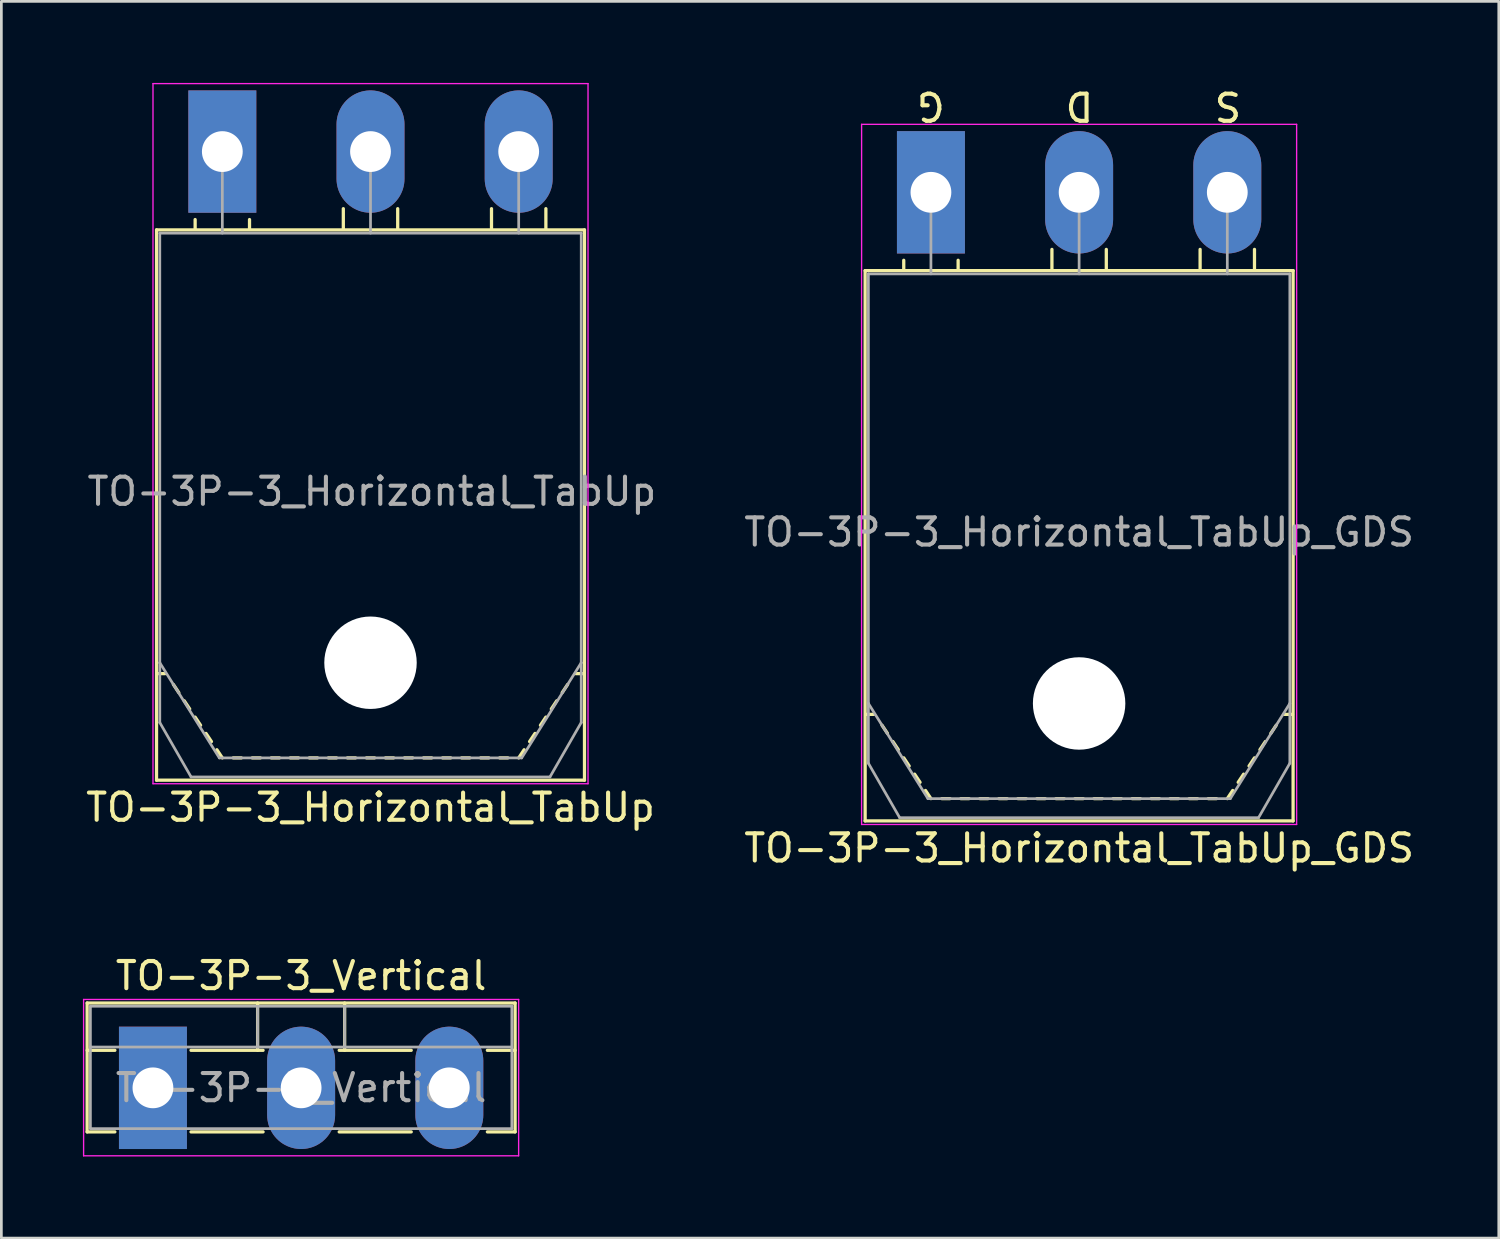
<source format=kicad_pcb>
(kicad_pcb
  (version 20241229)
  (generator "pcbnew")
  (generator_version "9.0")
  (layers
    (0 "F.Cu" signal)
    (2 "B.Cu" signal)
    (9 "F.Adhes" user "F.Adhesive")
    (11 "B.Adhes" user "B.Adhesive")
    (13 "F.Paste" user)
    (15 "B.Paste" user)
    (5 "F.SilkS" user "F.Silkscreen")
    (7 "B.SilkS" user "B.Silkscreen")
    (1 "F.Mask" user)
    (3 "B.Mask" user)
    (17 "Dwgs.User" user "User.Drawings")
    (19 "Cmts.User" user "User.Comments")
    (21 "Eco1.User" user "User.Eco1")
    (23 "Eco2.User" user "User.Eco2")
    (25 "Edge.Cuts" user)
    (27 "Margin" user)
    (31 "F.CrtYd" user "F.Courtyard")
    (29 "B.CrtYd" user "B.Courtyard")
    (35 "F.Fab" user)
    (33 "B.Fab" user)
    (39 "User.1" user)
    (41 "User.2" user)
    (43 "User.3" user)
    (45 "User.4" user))
  (footprint "TO-3P-3_Horizontal_TabUp"
    (layer "F.Cu")
    (at 5.127 2.525)
    (property "Reference" "TO-3P-3_Horizontal_TabUp" (at 5.45 24.12 0) (layer "F.SilkS") (effects (font (size 1 1) (thickness 0.15))))
    (attr through_hole)
    (fp_line (start -2.42 23.12) (end -2.42 2.88) (stroke (width 0.12) (type solid)) (layer "F.SilkS"))
    (fp_line (start -2.1 19.2) (end -2.4 19.2) (stroke (width 0.12) (type solid)) (layer "F.SilkS"))
    (fp_line (start -1.8 19.6) (end -1.6 19.9) (stroke (width 0.12) (type solid)) (layer "F.SilkS"))
    (fp_line (start -1.4 20.2) (end -1.2 20.5) (stroke (width 0.12) (type solid)) (layer "F.SilkS"))
    (fp_line (start -1 2.85) (end -1 2.5) (stroke (width 0.12) (type solid)) (layer "F.SilkS"))
    (fp_line (start -1 20.8) (end -0.8 21.1) (stroke (width 0.12) (type solid)) (layer "F.SilkS"))
    (fp_line (start -0.6 21.4) (end -0.4 21.7) (stroke (width 0.12) (type solid)) (layer "F.SilkS"))
    (fp_line (start -0.2 22) (end 0 22.3) (stroke (width 0.12) (type solid)) (layer "F.SilkS"))
    (fp_line (start 0.7 22.3) (end 0.4 22.3) (stroke (width 0.12) (type solid)) (layer "F.SilkS"))
    (fp_line (start 1 2.85) (end 1 2.5) (stroke (width 0.12) (type solid)) (layer "F.SilkS"))
    (fp_line (start 1.4 22.3) (end 1.1 22.3) (stroke (width 0.12) (type solid)) (layer "F.SilkS"))
    (fp_line (start 2.1 22.3) (end 1.8 22.3) (stroke (width 0.12) (type solid)) (layer "F.SilkS"))
    (fp_line (start 2.8 22.3) (end 2.5 22.3) (stroke (width 0.12) (type solid)) (layer "F.SilkS"))
    (fp_line (start 3.5 22.3) (end 3.2 22.3) (stroke (width 0.12) (type solid)) (layer "F.SilkS"))
    (fp_line (start 4.2 22.3) (end 3.9 22.3) (stroke (width 0.12) (type solid)) (layer "F.SilkS"))
    (fp_line (start 4.45 2.85) (end 4.45 2.1) (stroke (width 0.12) (type solid)) (layer "F.SilkS"))
    (fp_line (start 4.9 22.3) (end 4.6 22.3) (stroke (width 0.12) (type solid)) (layer "F.SilkS"))
    (fp_line (start 5.6 22.3) (end 5.3 22.3) (stroke (width 0.12) (type solid)) (layer "F.SilkS"))
    (fp_line (start 6.3 22.3) (end 6 22.3) (stroke (width 0.12) (type solid)) (layer "F.SilkS"))
    (fp_line (start 6.45 2.85) (end 6.45 2.1) (stroke (width 0.12) (type solid)) (layer "F.SilkS"))
    (fp_line (start 7 22.3) (end 6.7 22.3) (stroke (width 0.12) (type solid)) (layer "F.SilkS"))
    (fp_line (start 7.7 22.3) (end 7.4 22.3) (stroke (width 0.12) (type solid)) (layer "F.SilkS"))
    (fp_line (start 8.4 22.3) (end 8.1 22.3) (stroke (width 0.12) (type solid)) (layer "F.SilkS"))
    (fp_line (start 9.1 22.3) (end 8.8 22.3) (stroke (width 0.12) (type solid)) (layer "F.SilkS"))
    (fp_line (start 9.8 22.3) (end 9.5 22.3) (stroke (width 0.12) (type solid)) (layer "F.SilkS"))
    (fp_line (start 9.9 2.85) (end 9.9 2.1) (stroke (width 0.12) (type solid)) (layer "F.SilkS"))
    (fp_line (start 10.5 22.3) (end 10.2 22.3) (stroke (width 0.12) (type solid)) (layer "F.SilkS"))
    (fp_line (start 11.1 22) (end 10.9 22.3) (stroke (width 0.12) (type solid)) (layer "F.SilkS"))
    (fp_line (start 11.5 21.4) (end 11.3 21.7) (stroke (width 0.12) (type solid)) (layer "F.SilkS"))
    (fp_line (start 11.9 2.85) (end 11.9 2.1) (stroke (width 0.12) (type solid)) (layer "F.SilkS"))
    (fp_line (start 11.9 20.8) (end 11.7 21.1) (stroke (width 0.12) (type solid)) (layer "F.SilkS"))
    (fp_line (start 12.3 20.2) (end 12.1 20.5) (stroke (width 0.12) (type solid)) (layer "F.SilkS"))
    (fp_line (start 12.7 19.6) (end 12.5 19.9) (stroke (width 0.12) (type solid)) (layer "F.SilkS"))
    (fp_line (start 13 19.2) (end 13.3 19.2) (stroke (width 0.12) (type solid)) (layer "F.SilkS"))
    (fp_line (start 13.32 2.88) (end -2.42 2.88) (stroke (width 0.12) (type solid)) (layer "F.SilkS"))
    (fp_line (start 13.32 23.12) (end -2.42 23.12) (stroke (width 0.12) (type solid)) (layer "F.SilkS"))
    (fp_line (start 13.32 23.12) (end 13.32 2.88) (stroke (width 0.12) (type solid)) (layer "F.SilkS"))
    (fp_line (start -2.55 -2.5) (end -2.55 23.25) (stroke (width 0.05) (type solid)) (layer "F.CrtYd"))
    (fp_line (start -2.55 23.25) (end 13.45 23.25) (stroke (width 0.05) (type solid)) (layer "F.CrtYd"))
    (fp_line (start 13.45 -2.5) (end -2.55 -2.5) (stroke (width 0.05) (type solid)) (layer "F.CrtYd"))
    (fp_line (start 13.45 23.25) (end 13.45 -2.5) (stroke (width 0.05) (type solid)) (layer "F.CrtYd"))
    (fp_line (start -2.3 3) (end -2.3 18.8) (stroke (width 0.1) (type solid)) (layer "F.Fab"))
    (fp_line (start -2.3 18.8) (end -2.3 21) (stroke (width 0.1) (type solid)) (layer "F.Fab"))
    (fp_line (start -2.3 18.8) (end -0.11 22.3) (stroke (width 0.1) (type solid)) (layer "F.Fab"))
    (fp_line (start -2.3 21) (end -1.15 23) (stroke (width 0.1) (type solid)) (layer "F.Fab"))
    (fp_line (start -1.15 23) (end 12.05 23) (stroke (width 0.1) (type solid)) (layer "F.Fab"))
    (fp_line (start -0.11 22.3) (end 11.01 22.3) (stroke (width 0.1) (type solid)) (layer "F.Fab"))
    (fp_line (start 0 3) (end 0 0) (stroke (width 0.1) (type solid)) (layer "F.Fab"))
    (fp_line (start 5.45 3) (end 5.45 0) (stroke (width 0.1) (type solid)) (layer "F.Fab"))
    (fp_line (start 10.9 3) (end 10.9 0) (stroke (width 0.1) (type solid)) (layer "F.Fab"))
    (fp_line (start 11.01 22.3) (end 13.2 18.8) (stroke (width 0.1) (type solid)) (layer "F.Fab"))
    (fp_line (start 12.05 23) (end 13.2 21) (stroke (width 0.1) (type solid)) (layer "F.Fab"))
    (fp_line (start 13.2 3) (end -2.3 3) (stroke (width 0.1) (type solid)) (layer "F.Fab"))
    (fp_line (start 13.2 18.8) (end 13.2 3) (stroke (width 0.1) (type solid)) (layer "F.Fab"))
    (fp_line (start 13.2 21) (end 13.2 18.8) (stroke (width 0.1) (type solid)) (layer "F.Fab"))
    (fp_circle (center 5.45 18.8) (end 7.05 18.8) (stroke (width 0.1) (type solid)) (fill no) (layer "F.Fab"))
    (fp_text user "${REFERENCE}" (at 5.5 12.5 0) (layer "F.Fab") (effects (font (size 1 1) (thickness 0.15))))
    (pad "" np_thru_hole oval (at 5.45 18.8) (size 3.4 3.4) (drill 3.4) (layers "*.Cu" "*.Mask"))
    (pad "1" thru_hole rect (at 0 0) (size 2.5 4.5) (drill 1.5) (layers "*.Cu" "*.Mask"))
    (pad "2" thru_hole oval (at 5.45 0) (size 2.5 4.5) (drill 1.5) (layers "*.Cu" "*.Mask"))
    (pad "3" thru_hole oval (at 10.9 0) (size 2.5 4.5) (drill 1.5) (layers "*.Cu" "*.Mask")))
  (footprint "TO-3P-3_Vertical"
    (layer "F.Cu")
    (at 2.575 36.96)
    (property "Reference" "TO-3P-3_Vertical" (at 5.45 -4.12 0) (layer "F.SilkS") (effects (font (size 1 1) (thickness 0.15))))
    (attr through_hole)
    (fp_line (start -2.42 -3.12) (end -2.42 1.62) (stroke (width 0.12) (type solid)) (layer "F.SilkS"))
    (fp_line (start -2.42 -3.12) (end 13.32 -3.12) (stroke (width 0.12) (type solid)) (layer "F.SilkS"))
    (fp_line (start -2.42 -1.38) (end -1.4 -1.38) (stroke (width 0.12) (type solid)) (layer "F.SilkS"))
    (fp_line (start -2.42 1.62) (end -1.4 1.62) (stroke (width 0.12) (type solid)) (layer "F.SilkS"))
    (fp_line (start 1.4 -1.38) (end 4.051 -1.38) (stroke (width 0.12) (type solid)) (layer "F.SilkS"))
    (fp_line (start 1.4 1.62) (end 4.051 1.62) (stroke (width 0.12) (type solid)) (layer "F.SilkS"))
    (fp_line (start 3.85 -3.12) (end 3.85 -1.38) (stroke (width 0.12) (type solid)) (layer "F.SilkS"))
    (fp_line (start 6.85 -1.38) (end 9.5 -1.38) (stroke (width 0.12) (type solid)) (layer "F.SilkS"))
    (fp_line (start 6.85 1.62) (end 9.5 1.62) (stroke (width 0.12) (type solid)) (layer "F.SilkS"))
    (fp_line (start 7.051 -3.12) (end 7.051 -1.38) (stroke (width 0.12) (type solid)) (layer "F.SilkS"))
    (fp_line (start 12.3 -1.38) (end 13.32 -1.38) (stroke (width 0.12) (type solid)) (layer "F.SilkS"))
    (fp_line (start 12.3 1.62) (end 13.32 1.62) (stroke (width 0.12) (type solid)) (layer "F.SilkS"))
    (fp_line (start 13.32 -3.12) (end 13.32 1.62) (stroke (width 0.12) (type solid)) (layer "F.SilkS"))
    (fp_line (start -2.55 -3.25) (end -2.55 2.5) (stroke (width 0.05) (type solid)) (layer "F.CrtYd"))
    (fp_line (start -2.55 2.5) (end 13.45 2.5) (stroke (width 0.05) (type solid)) (layer "F.CrtYd"))
    (fp_line (start 13.45 -3.25) (end -2.55 -3.25) (stroke (width 0.05) (type solid)) (layer "F.CrtYd"))
    (fp_line (start 13.45 2.5) (end 13.45 -3.25) (stroke (width 0.05) (type solid)) (layer "F.CrtYd"))
    (fp_line (start -2.3 -3) (end -2.3 1.5) (stroke (width 0.1) (type solid)) (layer "F.Fab"))
    (fp_line (start -2.3 -1.5) (end 13.2 -1.5) (stroke (width 0.1) (type solid)) (layer "F.Fab"))
    (fp_line (start -2.3 1.5) (end 13.2 1.5) (stroke (width 0.1) (type solid)) (layer "F.Fab"))
    (fp_line (start 3.85 -3) (end 3.85 -1.5) (stroke (width 0.1) (type solid)) (layer "F.Fab"))
    (fp_line (start 7.05 -3) (end 7.05 -1.5) (stroke (width 0.1) (type solid)) (layer "F.Fab"))
    (fp_line (start 13.2 -3) (end -2.3 -3) (stroke (width 0.1) (type solid)) (layer "F.Fab"))
    (fp_line (start 13.2 1.5) (end 13.2 -3) (stroke (width 0.1) (type solid)) (layer "F.Fab"))
    (fp_text user "${REFERENCE}" (at 5.45 0 0) (layer "F.Fab") (effects (font (size 1 1) (thickness 0.15))))
    (pad "1" thru_hole rect (at 0 0) (size 2.5 4.5) (drill 1.5) (layers "*.Cu" "*.Mask"))
    (pad "2" thru_hole oval (at 5.45 0) (size 2.5 4.5) (drill 1.5) (layers "*.Cu" "*.Mask"))
    (pad "3" thru_hole oval (at 10.9 0) (size 2.5 4.5) (drill 1.5) (layers "*.Cu" "*.Mask")))
  (footprint "TO-3P-3_Horizontal_TabUp_GDS"
    (layer "F.Cu")
    (at 31.189 4.023)
    (property "Reference" "TO-3P-3_Horizontal_TabUp_GDS" (at 5.45 24.12 0) (layer "F.SilkS") (effects (font (size 1 1) (thickness 0.15))))
    (fp_line (start -2.42 23.12) (end -2.42 2.88) (stroke (width 0.12) (type solid)) (layer "F.SilkS"))
    (fp_line (start -2.1 19.2) (end -2.4 19.2) (stroke (width 0.12) (type solid)) (layer "F.SilkS"))
    (fp_line (start -1.8 19.6) (end -1.6 19.9) (stroke (width 0.12) (type solid)) (layer "F.SilkS"))
    (fp_line (start -1.4 20.2) (end -1.2 20.5) (stroke (width 0.12) (type solid)) (layer "F.SilkS"))
    (fp_line (start -1 2.85) (end -1 2.5) (stroke (width 0.12) (type solid)) (layer "F.SilkS"))
    (fp_line (start -1 20.8) (end -0.8 21.1) (stroke (width 0.12) (type solid)) (layer "F.SilkS"))
    (fp_line (start -0.6 21.4) (end -0.4 21.7) (stroke (width 0.12) (type solid)) (layer "F.SilkS"))
    (fp_line (start -0.2 22) (end 0 22.3) (stroke (width 0.12) (type solid)) (layer "F.SilkS"))
    (fp_line (start 0.7 22.3) (end 0.4 22.3) (stroke (width 0.12) (type solid)) (layer "F.SilkS"))
    (fp_line (start 1 2.85) (end 1 2.5) (stroke (width 0.12) (type solid)) (layer "F.SilkS"))
    (fp_line (start 1.4 22.3) (end 1.1 22.3) (stroke (width 0.12) (type solid)) (layer "F.SilkS"))
    (fp_line (start 2.1 22.3) (end 1.8 22.3) (stroke (width 0.12) (type solid)) (layer "F.SilkS"))
    (fp_line (start 2.8 22.3) (end 2.5 22.3) (stroke (width 0.12) (type solid)) (layer "F.SilkS"))
    (fp_line (start 3.5 22.3) (end 3.2 22.3) (stroke (width 0.12) (type solid)) (layer "F.SilkS"))
    (fp_line (start 4.2 22.3) (end 3.9 22.3) (stroke (width 0.12) (type solid)) (layer "F.SilkS"))
    (fp_line (start 4.45 2.85) (end 4.45 2.1) (stroke (width 0.12) (type solid)) (layer "F.SilkS"))
    (fp_line (start 4.9 22.3) (end 4.6 22.3) (stroke (width 0.12) (type solid)) (layer "F.SilkS"))
    (fp_line (start 5.6 22.3) (end 5.3 22.3) (stroke (width 0.12) (type solid)) (layer "F.SilkS"))
    (fp_line (start 6.3 22.3) (end 6 22.3) (stroke (width 0.12) (type solid)) (layer "F.SilkS"))
    (fp_line (start 6.45 2.85) (end 6.45 2.1) (stroke (width 0.12) (type solid)) (layer "F.SilkS"))
    (fp_line (start 7 22.3) (end 6.7 22.3) (stroke (width 0.12) (type solid)) (layer "F.SilkS"))
    (fp_line (start 7.7 22.3) (end 7.4 22.3) (stroke (width 0.12) (type solid)) (layer "F.SilkS"))
    (fp_line (start 8.4 22.3) (end 8.1 22.3) (stroke (width 0.12) (type solid)) (layer "F.SilkS"))
    (fp_line (start 9.1 22.3) (end 8.8 22.3) (stroke (width 0.12) (type solid)) (layer "F.SilkS"))
    (fp_line (start 9.8 22.3) (end 9.5 22.3) (stroke (width 0.12) (type solid)) (layer "F.SilkS"))
    (fp_line (start 9.9 2.85) (end 9.9 2.1) (stroke (width 0.12) (type solid)) (layer "F.SilkS"))
    (fp_line (start 10.5 22.3) (end 10.2 22.3) (stroke (width 0.12) (type solid)) (layer "F.SilkS"))
    (fp_line (start 11.1 22) (end 10.9 22.3) (stroke (width 0.12) (type solid)) (layer "F.SilkS"))
    (fp_line (start 11.5 21.4) (end 11.3 21.7) (stroke (width 0.12) (type solid)) (layer "F.SilkS"))
    (fp_line (start 11.9 2.85) (end 11.9 2.1) (stroke (width 0.12) (type solid)) (layer "F.SilkS"))
    (fp_line (start 11.9 20.8) (end 11.7 21.1) (stroke (width 0.12) (type solid)) (layer "F.SilkS"))
    (fp_line (start 12.3 20.2) (end 12.1 20.5) (stroke (width 0.12) (type solid)) (layer "F.SilkS"))
    (fp_line (start 12.7 19.6) (end 12.5 19.9) (stroke (width 0.12) (type solid)) (layer "F.SilkS"))
    (fp_line (start 13 19.2) (end 13.3 19.2) (stroke (width 0.12) (type solid)) (layer "F.SilkS"))
    (fp_line (start 13.32 2.88) (end -2.42 2.88) (stroke (width 0.12) (type solid)) (layer "F.SilkS"))
    (fp_line (start 13.32 23.12) (end -2.42 23.12) (stroke (width 0.12) (type solid)) (layer "F.SilkS"))
    (fp_line (start 13.32 23.12) (end 13.32 2.88) (stroke (width 0.12) (type solid)) (layer "F.SilkS"))
    (fp_line (start -2.55 -2.5) (end -2.55 23.25) (stroke (width 0.05) (type solid)) (layer "F.CrtYd"))
    (fp_line (start -2.55 23.25) (end 13.45 23.25) (stroke (width 0.05) (type solid)) (layer "F.CrtYd"))
    (fp_line (start 13.45 -2.5) (end -2.55 -2.5) (stroke (width 0.05) (type solid)) (layer "F.CrtYd"))
    (fp_line (start 13.45 23.25) (end 13.45 -2.5) (stroke (width 0.05) (type solid)) (layer "F.CrtYd"))
    (fp_line (start -2.3 3) (end -2.3 18.8) (stroke (width 0.1) (type solid)) (layer "F.Fab"))
    (fp_line (start -2.3 18.8) (end -2.3 21) (stroke (width 0.1) (type solid)) (layer "F.Fab"))
    (fp_line (start -2.3 18.8) (end -0.11 22.3) (stroke (width 0.1) (type solid)) (layer "F.Fab"))
    (fp_line (start -2.3 21) (end -1.15 23) (stroke (width 0.1) (type solid)) (layer "F.Fab"))
    (fp_line (start -1.15 23) (end 12.05 23) (stroke (width 0.1) (type solid)) (layer "F.Fab"))
    (fp_line (start -0.11 22.3) (end 11.01 22.3) (stroke (width 0.1) (type solid)) (layer "F.Fab"))
    (fp_line (start 0 3) (end 0 0) (stroke (width 0.1) (type solid)) (layer "F.Fab"))
    (fp_line (start 5.45 3) (end 5.45 0) (stroke (width 0.1) (type solid)) (layer "F.Fab"))
    (fp_line (start 10.9 3) (end 10.9 0) (stroke (width 0.1) (type solid)) (layer "F.Fab"))
    (fp_line (start 11.01 22.3) (end 13.2 18.8) (stroke (width 0.1) (type solid)) (layer "F.Fab"))
    (fp_line (start 12.05 23) (end 13.2 21) (stroke (width 0.1) (type solid)) (layer "F.Fab"))
    (fp_line (start 13.2 3) (end -2.3 3) (stroke (width 0.1) (type solid)) (layer "F.Fab"))
    (fp_line (start 13.2 18.8) (end 13.2 3) (stroke (width 0.1) (type solid)) (layer "F.Fab"))
    (fp_line (start 13.2 21) (end 13.2 18.8) (stroke (width 0.1) (type solid)) (layer "F.Fab"))
    (fp_circle (center 5.45 18.8) (end 7.05 18.8) (stroke (width 0.1) (type solid)) (fill no) (layer "F.Fab"))
    (fp_text user "G" (at 0 -3.175 180) (unlocked yes) (layer "F.SilkS") (effects (font (size 1 1) (thickness 0.15))))
    (fp_text user "D" (at 5.461 -3.175 180) (unlocked yes) (layer "F.SilkS") (effects (font (size 1 1) (thickness 0.15))))
    (fp_text user "S" (at 10.922 -3.175 180) (unlocked yes) (layer "F.SilkS") (effects (font (size 1 1) (thickness 0.15))))
    (fp_text user "${REFERENCE}" (at 5.45 12.5 0) (layer "F.Fab") (effects (font (size 1 1) (thickness 0.15))))
    (pad "" np_thru_hole oval (at 5.45 18.8) (size 3.4 3.4) (drill 3.4) (layers "*.Cu" "*.Mask"))
    (pad "1" thru_hole rect (at 0 0) (size 2.5 4.5) (drill 1.5) (layers "*.Cu" "*.Mask"))
    (pad "2" thru_hole oval (at 5.45 0) (size 2.5 4.5) (drill 1.5) (layers "*.Cu" "*.Mask"))
    (pad "3" thru_hole oval (at 10.9 0) (size 2.5 4.5) (drill 1.5) (layers "*.Cu" "*.Mask")))
  (gr_rect
    (start -3 -3)
    (end 52.074 42.485)
    (stroke (width 0.1) (type default))
    (fill no)
    (layer "Edge.Cuts")))
</source>
